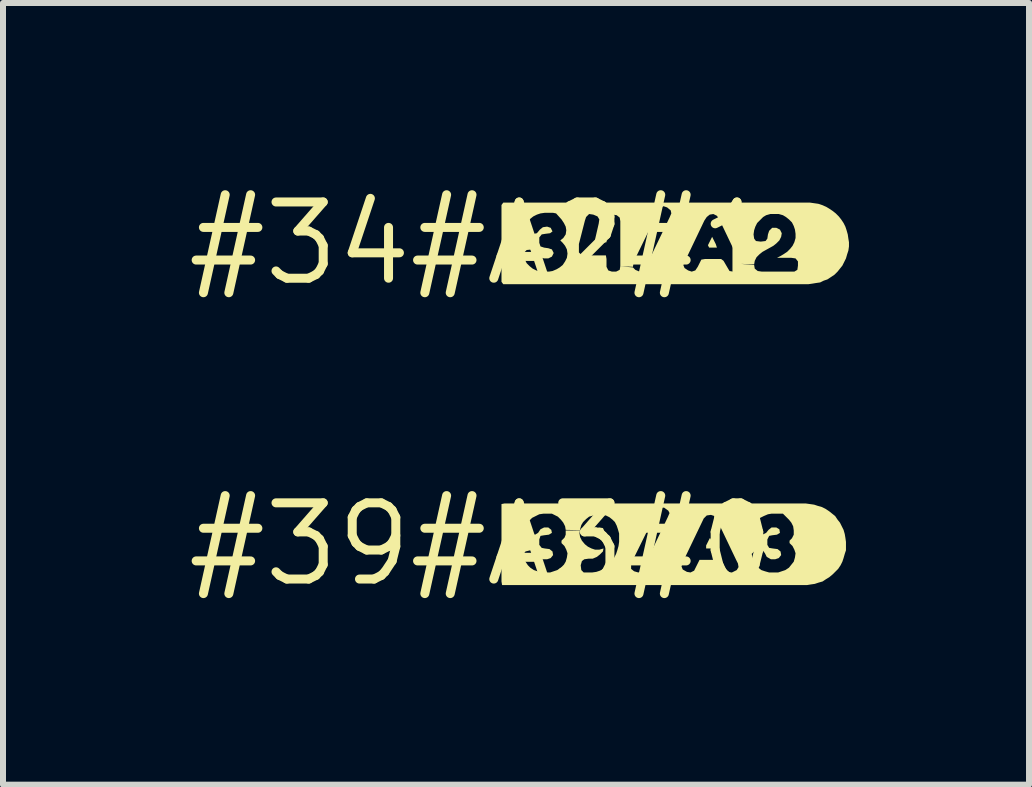
<source format=kicad_pcb>
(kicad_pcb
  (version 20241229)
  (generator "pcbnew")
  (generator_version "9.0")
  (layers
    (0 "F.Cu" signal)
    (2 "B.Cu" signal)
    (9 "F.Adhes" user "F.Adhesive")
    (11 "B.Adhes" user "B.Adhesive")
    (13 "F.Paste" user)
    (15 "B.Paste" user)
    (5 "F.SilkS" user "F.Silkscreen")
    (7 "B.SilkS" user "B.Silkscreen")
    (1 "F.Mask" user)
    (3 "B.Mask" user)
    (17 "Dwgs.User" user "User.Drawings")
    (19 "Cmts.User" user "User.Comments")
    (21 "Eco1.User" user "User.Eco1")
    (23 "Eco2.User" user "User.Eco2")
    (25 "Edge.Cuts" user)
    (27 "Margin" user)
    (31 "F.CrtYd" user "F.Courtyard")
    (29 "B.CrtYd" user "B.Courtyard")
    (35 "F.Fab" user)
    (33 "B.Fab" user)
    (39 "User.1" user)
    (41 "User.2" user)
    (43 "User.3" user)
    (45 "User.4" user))
  (footprint "#39#A3#0"
    (layer "F.Cu")
    (at 4.966 6.019)
    (property "Reference" "#39#A3#0" (at 0 0 0) (layer "F.SilkS") (effects (font (size 1.27 1.27) (thickness 0.15))))
    (attr through_hole)
    (fp_poly (pts (xy 0.66 -0.68) (xy 0.39 -0.68) (xy 0.34 -0.67) (xy 0.34 0.62) (xy 0.35 0.68) (xy 5.36 0.68) (xy 5.43 0.68) (xy 5.49 0.67) (xy 5.56 0.66) (xy 5.62 0.64) (xy 5.69 0.62) (xy 5.75 0.58) (xy 5.8 0.55) (xy 5.86 0.5) (xy 5.9 0.46) (xy 5.95 0.41) (xy 5.99 0.35) (xy 6.02 0.29) (xy 6.04 0.23) (xy 6.06 0.16) (xy 6.08 0.1) (xy 6.08 0.03) (xy 6.08 -0.04) (xy 6.07 -0.11) (xy 6.06 -0.17) (xy 6.04 -0.24) (xy 6.01 -0.3) (xy 5.98 -0.36) (xy 5.94 -0.41) (xy 5.9 -0.47) (xy 5.85 -0.51) (xy 5.8 -0.55) (xy 5.74 -0.59) (xy 5.68 -0.62) (xy 5.61 -0.64) (xy 5.55 -0.66) (xy 5.48 -0.67) (xy 5.41 -0.68) (xy 5.35 -0.68) (xy 0.68 -0.68) (xy 0.85 -0.44) (xy 0.91 -0.47) (xy 0.97 -0.5) (xy 1.04 -0.51) (xy 1.18 -0.51) (xy 1.28 -0.46) (xy 1.33 -0.41) (xy 1.37 -0.36) (xy 1.4 -0.3) (xy 1.41 -0.24) (xy 1.87 -0.23) (xy 1.9 -0.27) (xy 1.97 -0.28) (xy 2.03 -0.27) (xy 2.06 -0.21) (xy 2.05 -0.15) (xy 1.99 -0.12) (xy 2.04 0.07) (xy 1.97 0.09) (xy 1.9 0.09) (xy 1.84 0.07) (xy 1.78 0.04) (xy 1.73 0) (xy 1.68 -0.06) (xy 1.65 -0.12) (xy 1.64 -0.18) (xy 1.65 -0.25) (xy 1.67 -0.32) (xy 1.7 -0.37) (xy 1.75 -0.42) (xy 1.8 -0.46) (xy 1.87 -0.48) (xy 1.93 -0.49) (xy 2.01 -0.49) (xy 2.08 -0.48) (xy 2.14 -0.45) (xy 2.19 -0.41) (xy 2.23 -0.37) (xy 2.26 -0.31) (xy 2.28 -0.25) (xy 2.3 -0.18) (xy 2.3 -0.11) (xy 2.3 -0.04) (xy 2.29 0.03) (xy 2.27 0.1) (xy 2.25 0.16) (xy 2.52 0.28) (xy 2.91 -0.51) (xy 2.94 -0.58) (xy 2.98 -0.61) (xy 3.05 -0.61) (xy 3.12 -0.56) (xy 3.14 -0.52) (xy 3.11 -0.45) (xy 3.81 -0.1) (xy 3.82 -0.1) (xy 3.88 0.02) (xy 3.88 0.07) (xy 3.98 0.26) (xy 3.64 0.26) (xy 3.55 0.44) (xy 3.49 0.47) (xy 3.43 0.46) (xy 3.36 0.42) (xy 3.34 0.37) (xy 3.36 0.3) (xy 3.71 -0.43) (xy 3.76 -0.48) (xy 3.83 -0.49) (xy 3.89 -0.47) (xy 3.93 -0.41) (xy 4.25 0.26) (xy 4.28 0.32) (xy 4.52 0.22) (xy 4.51 0.16) (xy 4.55 0.12) (xy 4.62 0.1) (xy 4.7 0.11) (xy 4.73 0.15) (xy 4.76 0.21) (xy 4.83 0.25) (xy 4.9 0.25) (xy 4.96 0.23) (xy 5 0.18) (xy 4.99 0.12) (xy 4.94 0.08) (xy 4.86 0.07) (xy 4.8 0.06) (xy 4.77 0.01) (xy 4.77 -0.08) (xy 4.8 -0.14) (xy 4.85 -0.15) (xy 4.93 -0.16) (xy 4.98 -0.19) (xy 4.97 -0.25) (xy 4.92 -0.28) (xy 4.84 -0.28) (xy 4.79 -0.24) (xy 4.75 -0.19) (xy 4.69 -0.16) (xy 4.63 -0.17) (xy 4.57 -0.21) (xy 4.55 -0.27) (xy 4.57 -0.33) (xy 4.61 -0.39) (xy 4.65 -0.44) (xy 4.71 -0.47) (xy 4.78 -0.5) (xy 4.84 -0.51) (xy 4.98 -0.51) (xy 5.03 -0.51) (xy 5.13 -0.41) (xy 5.17 -0.36) (xy 5.2 -0.3) (xy 5.21 -0.23) (xy 5.21 -0.16) (xy 5.18 -0.1) (xy 5.14 -0.06) (xy 5.14 -0.02) (xy 5.19 0.03) (xy 5.22 0.09) (xy 5.24 0.15) (xy 5.23 0.22) (xy 5.21 0.29) (xy 5.17 0.34) (xy 5.13 0.39) (xy 5.07 0.43) (xy 5.01 0.45) (xy 4.95 0.47) (xy 4.87 0.47) (xy 4.8 0.47) (xy 4.73 0.45) (xy 4.67 0.43) (xy 4.62 0.39) (xy 4.58 0.35) (xy 4.54 0.29) (xy 4.52 0.22) (xy 4.28 0.32) (xy 4.29 0.38) (xy 4.26 0.43) (xy 4.18 0.47) (xy 4.12 0.47) (xy 4.08 0.43) (xy 4.02 0.3) (xy 3.98 0.26) (xy 3.88 0.07) (xy 3.75 0.07) (xy 3.75 0.02) (xy 3.81 -0.1) (xy 3.11 -0.45) (xy 2.7 0.41) (xy 2.68 0.45) (xy 2.62 0.47) (xy 2.55 0.45) (xy 2.5 0.41) (xy 2.5 0.35) (xy 2.52 0.28) (xy 2.25 0.16) (xy 2.22 0.22) (xy 2.19 0.27) (xy 2.15 0.33) (xy 2.1 0.37) (xy 2.04 0.41) (xy 1.98 0.44) (xy 1.92 0.46) (xy 1.85 0.47) (xy 1.78 0.47) (xy 1.71 0.47) (xy 1.67 0.43) (xy 1.66 0.35) (xy 1.68 0.28) (xy 1.72 0.25) (xy 1.79 0.24) (xy 1.86 0.24) (xy 1.93 0.21) (xy 1.98 0.17) (xy 2.03 0.12) (xy 2.04 0.07) (xy 1.99 -0.12) (xy 1.92 -0.12) (xy 1.87 -0.16) (xy 1.87 -0.23) (xy 1.41 -0.23) (xy 1.41 -0.16) (xy 1.39 -0.11) (xy 1.34 -0.06) (xy 1.34 -0.02) (xy 1.39 0.03) (xy 1.42 0.09) (xy 1.44 0.15) (xy 1.43 0.22) (xy 1.41 0.29) (xy 1.38 0.34) (xy 1.33 0.39) (xy 1.27 0.43) (xy 1.21 0.45) (xy 1.15 0.47) (xy 1.08 0.47) (xy 1 0.47) (xy 0.94 0.45) (xy 0.88 0.43) (xy 0.82 0.39) (xy 0.78 0.35) (xy 0.74 0.29) (xy 0.72 0.22) (xy 0.71 0.16) (xy 0.74 0.12) (xy 0.82 0.1) (xy 0.9 0.11) (xy 0.93 0.15) (xy 0.96 0.21) (xy 1.03 0.25) (xy 1.1 0.25) (xy 1.16 0.23) (xy 1.2 0.18) (xy 1.19 0.12) (xy 1.14 0.08) (xy 1.06 0.07) (xy 1.01 0.06) (xy 0.97 0.01) (xy 0.97 -0.08) (xy 0.99 -0.14) (xy 1.05 -0.15) (xy 1.13 -0.16) (xy 1.18 -0.19) (xy 1.17 -0.24) (xy 1.12 -0.28) (xy 1.05 -0.28) (xy 0.99 -0.25) (xy 0.95 -0.19) (xy 0.9 -0.16) (xy 0.84 -0.17) (xy 0.77 -0.21) (xy 0.75 -0.27) (xy 0.77 -0.33) (xy 0.8 -0.39) (xy 0.85 -0.44) (xy 0.68 -0.68)) (stroke (width 0) (type solid)) (fill yes) (layer "F.SilkS")))
  (footprint "#34#A2#1"
    (layer "F.Cu")
    (at 4.966 1.006)
    (property "Reference" "#34#A2#1" (at 0 0 0) (layer "F.SilkS") (effects (font (size 1.27 1.27) (thickness 0.15))))
    (attr through_hole)
    (fp_poly (pts (xy 0.64 -0.68) (xy 0.37 -0.68) (xy 0.34 -0.64) (xy 0.34 0.64) (xy 0.37 0.68) (xy 5.45 0.68) (xy 5.52 0.67) (xy 5.58 0.66) (xy 5.65 0.65) (xy 5.71 0.62) (xy 5.77 0.6) (xy 5.83 0.56) (xy 5.89 0.52) (xy 5.94 0.47) (xy 5.98 0.42) (xy 6.02 0.37) (xy 6.05 0.31) (xy 6.08 0.25) (xy 6.1 0.18) (xy 6.12 0.12) (xy 6.13 0.05) (xy 6.13 -0.02) (xy 6.12 -0.08) (xy 6.11 -0.15) (xy 6.09 -0.22) (xy 6.07 -0.28) (xy 6.04 -0.34) (xy 6 -0.4) (xy 5.96 -0.45) (xy 5.91 -0.5) (xy 5.86 -0.54) (xy 5.8 -0.58) (xy 5.75 -0.61) (xy 5.68 -0.64) (xy 5.62 -0.66) (xy 5.55 -0.67) (xy 5.48 -0.68) (xy 5.42 -0.68) (xy 0.68 -0.68) (xy 0.87 -0.45) (xy 0.93 -0.48) (xy 0.99 -0.5) (xy 1.06 -0.51) (xy 1.2 -0.51) (xy 1.25 -0.5) (xy 1.34 -0.4) (xy 1.38 -0.34) (xy 1.41 -0.28) (xy 1.42 -0.22) (xy 1.41 -0.15) (xy 1.37 -0.09) (xy 1.32 -0.05) (xy 1.36 -0.01) (xy 1.4 0.04) (xy 1.43 0.1) (xy 1.44 0.17) (xy 1.63 0.15) (xy 1.63 0.08) (xy 1.63 0.01) (xy 1.73 -0.38) (xy 1.75 -0.44) (xy 1.8 -0.49) (xy 1.87 -0.48) (xy 1.94 -0.45) (xy 1.97 -0.4) (xy 1.96 -0.33) (xy 1.9 -0.07) (xy 1.89 -0.01) (xy 2.03 -0.01) (xy 2.09 -0.02) (xy 2.09 -0.42) (xy 2.13 -0.47) (xy 2.19 -0.48) (xy 2.26 -0.47) (xy 2.31 -0.43) (xy 2.32 -0.37) (xy 2.32 0.38) (xy 2.53 0.39) (xy 2.54 0.33) (xy 2.56 0.27) (xy 2.95 -0.53) (xy 2.98 -0.59) (xy 3.04 -0.62) (xy 3.1 -0.6) (xy 3.16 -0.55) (xy 3.17 -0.5) (xy 3.14 -0.43) (xy 3.84 -0.09) (xy 3.85 -0.11) (xy 3.91 0.01) (xy 3.93 0.07) (xy 4 0.26) (xy 3.73 0.26) (xy 3.67 0.27) (xy 3.61 0.39) (xy 3.57 0.45) (xy 3.51 0.47) (xy 3.45 0.45) (xy 3.39 0.41) (xy 3.37 0.36) (xy 3.4 0.29) (xy 3.72 -0.38) (xy 3.76 -0.44) (xy 3.81 -0.48) (xy 3.87 -0.49) (xy 3.93 -0.46) (xy 3.97 -0.4) (xy 4.29 0.27) (xy 4.32 0.34) (xy 4.55 0.35) (xy 4.56 0.29) (xy 4.59 0.23) (xy 4.64 0.18) (xy 4.69 0.14) (xy 4.87 0.04) (xy 4.92 0) (xy 4.97 -0.05) (xy 5 -0.11) (xy 5.01 -0.17) (xy 4.98 -0.23) (xy 4.92 -0.26) (xy 4.85 -0.26) (xy 4.8 -0.21) (xy 4.78 -0.15) (xy 4.77 -0.08) (xy 4.74 -0.04) (xy 4.66 -0.03) (xy 4.58 -0.04) (xy 4.55 -0.08) (xy 4.54 -0.15) (xy 4.55 -0.22) (xy 4.57 -0.28) (xy 4.6 -0.34) (xy 4.65 -0.39) (xy 4.7 -0.44) (xy 4.75 -0.47) (xy 4.82 -0.49) (xy 4.89 -0.49) (xy 4.96 -0.49) (xy 5.03 -0.47) (xy 5.08 -0.44) (xy 5.13 -0.4) (xy 5.18 -0.35) (xy 5.21 -0.29) (xy 5.23 -0.23) (xy 5.24 -0.16) (xy 5.24 -0.09) (xy 5.22 -0.02) (xy 5.19 0.04) (xy 5.15 0.09) (xy 5.1 0.14) (xy 5.04 0.18) (xy 4.99 0.21) (xy 4.93 0.24) (xy 4.99 0.24) (xy 5.13 0.24) (xy 5.17 0.24) (xy 5.24 0.25) (xy 5.28 0.3) (xy 5.28 0.37) (xy 5.27 0.44) (xy 5.22 0.47) (xy 5.15 0.47) (xy 4.68 0.47) (xy 4.61 0.46) (xy 4.56 0.42) (xy 4.55 0.36) (xy 4.32 0.34) (xy 4.32 0.39) (xy 4.28 0.44) (xy 4.2 0.47) (xy 4.14 0.46) (xy 4.11 0.41) (xy 4.04 0.29) (xy 4 0.26) (xy 3.93 0.07) (xy 3.8 0.07) (xy 3.78 0.03) (xy 3.84 -0.09) (xy 3.14 -0.43) (xy 2.76 0.36) (xy 2.7 0.46) (xy 2.64 0.47) (xy 2.57 0.44) (xy 2.53 0.4) (xy 2.32 0.38) (xy 2.31 0.44) (xy 2.25 0.47) (xy 2.18 0.47) (xy 2.12 0.45) (xy 2.09 0.39) (xy 2.09 0.26) (xy 2.08 0.2) (xy 1.75 0.2) (xy 1.67 0.19) (xy 1.63 0.15) (xy 1.44 0.17) (xy 1.43 0.24) (xy 1.4 0.3) (xy 1.36 0.36) (xy 1.31 0.4) (xy 1.26 0.43) (xy 1.19 0.46) (xy 1.13 0.47) (xy 1.05 0.47) (xy 0.98 0.47) (xy 0.92 0.45) (xy 0.86 0.42) (xy 0.81 0.38) (xy 0.76 0.33) (xy 0.73 0.27) (xy 0.71 0.2) (xy 0.72 0.15) (xy 0.76 0.11) (xy 0.85 0.1) (xy 0.91 0.12) (xy 0.98 0.23) (xy 1.05 0.25) (xy 1.12 0.25) (xy 1.18 0.22) (xy 1.21 0.16) (xy 1.18 0.1) (xy 1.12 0.08) (xy 1.05 0.07) (xy 0.99 0.05) (xy 0.97 -0.01) (xy 0.97 -0.1) (xy 1.01 -0.15) (xy 1.07 -0.16) (xy 1.15 -0.17) (xy 1.19 -0.2) (xy 1.16 -0.26) (xy 1.1 -0.28) (xy 1.03 -0.27) (xy 0.98 -0.23) (xy 0.93 -0.17) (xy 0.88 -0.16) (xy 0.81 -0.18) (xy 0.76 -0.23) (xy 0.75 -0.28) (xy 0.78 -0.35) (xy 0.82 -0.41) (xy 0.87 -0.45) (xy 0.68 -0.68)) (stroke (width 0) (type solid)) (fill yes) (layer "F.SilkS")))
  (gr_rect
    (start -3 -3)
    (end 14.096 10.025)
    (stroke (width 0.1) (type default))
    (fill no)
    (layer "Edge.Cuts")))
</source>
